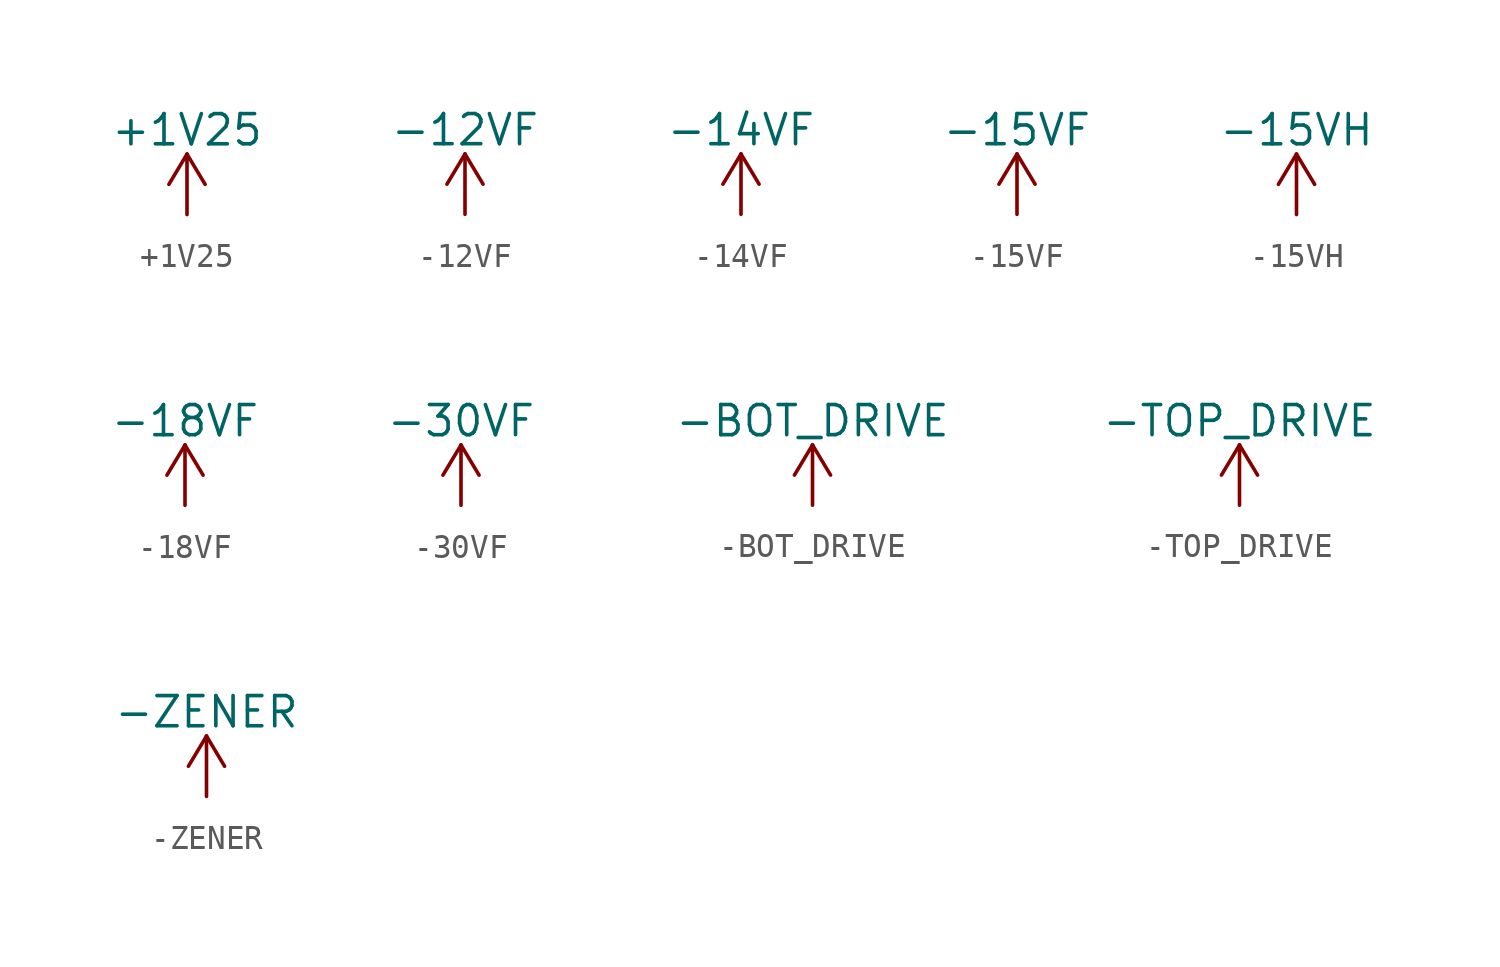
<source format=kicad_sym>
(kicad_symbol_lib
  (version 20220914)
  (generator kicad_symbol_editor)
  (symbol "+1V25"
    (power)
    (pin_names
      (offset 0))
    (property "Reference" "#PWR"
      (at 0 -3.81 0)
      (effects (font (size 1.27 1.27)) hide))
    (property "Value" "+1V25"
      (at 0 3.556 0)
      (effects (font (size 1.27 1.27))))
    (symbol "+1V25_0_1"
      (polyline (pts (xy -0.762 1.27) (xy 0 2.54)) (stroke (width 0) (type default)) (fill (type none)))
      (polyline (pts (xy 0 0) (xy 0 2.54)) (stroke (width 0) (type default)) (fill (type none)))
      (polyline (pts (xy 0 2.54) (xy 0.762 1.27)) (stroke (width 0) (type default)) (fill (type none))))
    (symbol "+1V25_1_1"
      (pin power_in line (at 0 0 90) (length 0) hide (name "+1V25" (effects (font (size 1.27 1.27)))) (number "1" (effects (font (size 1.27 1.27)))))))
  (symbol "-12VF"
    (power)
    (pin_names
      (offset 0))
    (property "Reference" "#PWR"
      (at 0 -3.81 0)
      (effects (font (size 1.27 1.27)) hide))
    (property "Value" "-12VF"
      (at 0 3.556 0)
      (effects (font (size 1.27 1.27))))
    (symbol "-12VF_0_1"
      (polyline (pts (xy -0.762 1.27) (xy 0 2.54)) (stroke (width 0) (type default)) (fill (type none)))
      (polyline (pts (xy 0 0) (xy 0 2.54)) (stroke (width 0) (type default)) (fill (type none)))
      (polyline (pts (xy 0 2.54) (xy 0.762 1.27)) (stroke (width 0) (type default)) (fill (type none))))
    (symbol "-12VF_1_1"
      (pin power_in line (at 0 0 90) (length 0) hide (name "-12VF" (effects (font (size 1.27 1.27)))) (number "1" (effects (font (size 1.27 1.27)))))))
  (symbol "-14VF"
    (power)
    (pin_names
      (offset 0))
    (property "Reference" "#PWR"
      (at 0 -3.81 0)
      (effects (font (size 1.27 1.27)) hide))
    (property "Value" "-14VF"
      (at 0 3.556 0)
      (effects (font (size 1.27 1.27))))
    (symbol "-14VF_0_1"
      (polyline (pts (xy -0.762 1.27) (xy 0 2.54)) (stroke (width 0) (type default)) (fill (type none)))
      (polyline (pts (xy 0 0) (xy 0 2.54)) (stroke (width 0) (type default)) (fill (type none)))
      (polyline (pts (xy 0 2.54) (xy 0.762 1.27)) (stroke (width 0) (type default)) (fill (type none))))
    (symbol "-14VF_1_1"
      (pin power_in line (at 0 0 90) (length 0) hide (name "-14VF" (effects (font (size 1.27 1.27)))) (number "1" (effects (font (size 1.27 1.27)))))))
  (symbol "-15VF"
    (power)
    (pin_names
      (offset 0))
    (property "Reference" "#PWR"
      (at 0 -3.81 0)
      (effects (font (size 1.27 1.27)) hide))
    (property "Value" "-15VF"
      (at 0 3.556 0)
      (effects (font (size 1.27 1.27))))
    (symbol "-15VF_0_1"
      (polyline (pts (xy -0.762 1.27) (xy 0 2.54)) (stroke (width 0) (type default)) (fill (type none)))
      (polyline (pts (xy 0 0) (xy 0 2.54)) (stroke (width 0) (type default)) (fill (type none)))
      (polyline (pts (xy 0 2.54) (xy 0.762 1.27)) (stroke (width 0) (type default)) (fill (type none))))
    (symbol "-15VF_1_1"
      (pin power_in line (at 0 0 90) (length 0) hide (name "-15VF" (effects (font (size 1.27 1.27)))) (number "1" (effects (font (size 1.27 1.27)))))))
  (symbol "-15VH"
    (power)
    (pin_names
      (offset 0))
    (property "Reference" "#PWR"
      (at 0 -3.81 0)
      (effects (font (size 1.27 1.27)) hide))
    (property "Value" "-15VH"
      (at 0 3.556 0)
      (effects (font (size 1.27 1.27))))
    (symbol "-15VH_0_1"
      (polyline (pts (xy -0.762 1.27) (xy 0 2.54)) (stroke (width 0) (type default)) (fill (type none)))
      (polyline (pts (xy 0 0) (xy 0 2.54)) (stroke (width 0) (type default)) (fill (type none)))
      (polyline (pts (xy 0 2.54) (xy 0.762 1.27)) (stroke (width 0) (type default)) (fill (type none))))
    (symbol "-15VH_1_1"
      (pin power_in line (at 0 0 90) (length 0) hide (name "-15VH" (effects (font (size 1.27 1.27)))) (number "1" (effects (font (size 1.27 1.27)))))))
  (symbol "-18VF"
    (power)
    (pin_names
      (offset 0))
    (property "Reference" "#PWR"
      (at 0 -3.81 0)
      (effects (font (size 1.27 1.27)) hide))
    (property "Value" "-18VF"
      (at 0 3.556 0)
      (effects (font (size 1.27 1.27))))
    (symbol "-18VF_0_1"
      (polyline (pts (xy -0.762 1.27) (xy 0 2.54)) (stroke (width 0) (type default)) (fill (type none)))
      (polyline (pts (xy 0 0) (xy 0 2.54)) (stroke (width 0) (type default)) (fill (type none)))
      (polyline (pts (xy 0 2.54) (xy 0.762 1.27)) (stroke (width 0) (type default)) (fill (type none))))
    (symbol "-18VF_1_1"
      (pin power_in line (at 0 0 90) (length 0) hide (name "-18VF" (effects (font (size 1.27 1.27)))) (number "1" (effects (font (size 1.27 1.27)))))))
  (symbol "-30VF"
    (power)
    (pin_names
      (offset 0))
    (property "Reference" "#PWR"
      (at 0 -3.81 0)
      (effects (font (size 1.27 1.27)) hide))
    (property "Value" "-30VF"
      (at 0 3.556 0)
      (effects (font (size 1.27 1.27))))
    (symbol "-30VF_0_1"
      (polyline (pts (xy -0.762 1.27) (xy 0 2.54)) (stroke (width 0) (type default)) (fill (type none)))
      (polyline (pts (xy 0 0) (xy 0 2.54)) (stroke (width 0) (type default)) (fill (type none)))
      (polyline (pts (xy 0 2.54) (xy 0.762 1.27)) (stroke (width 0) (type default)) (fill (type none))))
    (symbol "-30VF_1_1"
      (pin power_in line (at 0 0 90) (length 0) hide (name "-30VF" (effects (font (size 1.27 1.27)))) (number "1" (effects (font (size 1.27 1.27)))))))
  (symbol "-BOT_DRIVE"
    (power)
    (pin_names
      (offset 0))
    (property "Reference" "#PWR"
      (at 0 -3.81 0)
      (effects (font (size 1.27 1.27)) hide))
    (property "Value" "-BOT_DRIVE"
      (at 0 3.556 0)
      (effects (font (size 1.27 1.27))))
    (symbol "-BOT_DRIVE_0_1"
      (polyline (pts (xy -0.762 1.27) (xy 0 2.54)) (stroke (width 0) (type default)) (fill (type none)))
      (polyline (pts (xy 0 0) (xy 0 2.54)) (stroke (width 0) (type default)) (fill (type none)))
      (polyline (pts (xy 0 2.54) (xy 0.762 1.27)) (stroke (width 0) (type default)) (fill (type none))))
    (symbol "-BOT_DRIVE_1_1"
      (pin power_in line (at 0 0 90) (length 0) hide (name "-BOT_DRIVE" (effects (font (size 1.27 1.27)))) (number "1" (effects (font (size 1.27 1.27)))))))
  (symbol "-TOP_DRIVE"
    (power)
    (pin_names
      (offset 0))
    (property "Reference" "#PWR"
      (at 0 -3.81 0)
      (effects (font (size 1.27 1.27)) hide))
    (property "Value" "-TOP_DRIVE"
      (at 0 3.556 0)
      (effects (font (size 1.27 1.27))))
    (symbol "-TOP_DRIVE_0_1"
      (polyline (pts (xy -0.762 1.27) (xy 0 2.54)) (stroke (width 0) (type default)) (fill (type none)))
      (polyline (pts (xy 0 0) (xy 0 2.54)) (stroke (width 0) (type default)) (fill (type none)))
      (polyline (pts (xy 0 2.54) (xy 0.762 1.27)) (stroke (width 0) (type default)) (fill (type none))))
    (symbol "-TOP_DRIVE_1_1"
      (pin power_in line (at 0 0 90) (length 0) hide (name "-TOP_DRIVE" (effects (font (size 1.27 1.27)))) (number "1" (effects (font (size 1.27 1.27)))))))
  (symbol "-ZENER"
    (power)
    (pin_names
      (offset 0))
    (property "Reference" "#PWR"
      (at 0 -3.81 0)
      (effects (font (size 1.27 1.27)) hide))
    (property "Value" "-ZENER"
      (at 0 3.556 0)
      (effects (font (size 1.27 1.27))))
    (symbol "-ZENER_0_1"
      (polyline (pts (xy -0.762 1.27) (xy 0 2.54)) (stroke (width 0) (type default)) (fill (type none)))
      (polyline (pts (xy 0 0) (xy 0 2.54)) (stroke (width 0) (type default)) (fill (type none)))
      (polyline (pts (xy 0 2.54) (xy 0.762 1.27)) (stroke (width 0) (type default)) (fill (type none))))
    (symbol "-ZENER_1_1"
      (pin power_in line (at 0 0 90) (length 0) hide (name "-ZENER" (effects (font (size 1.27 1.27)))) (number "1" (effects (font (size 1.27 1.27))))))))
</source>
